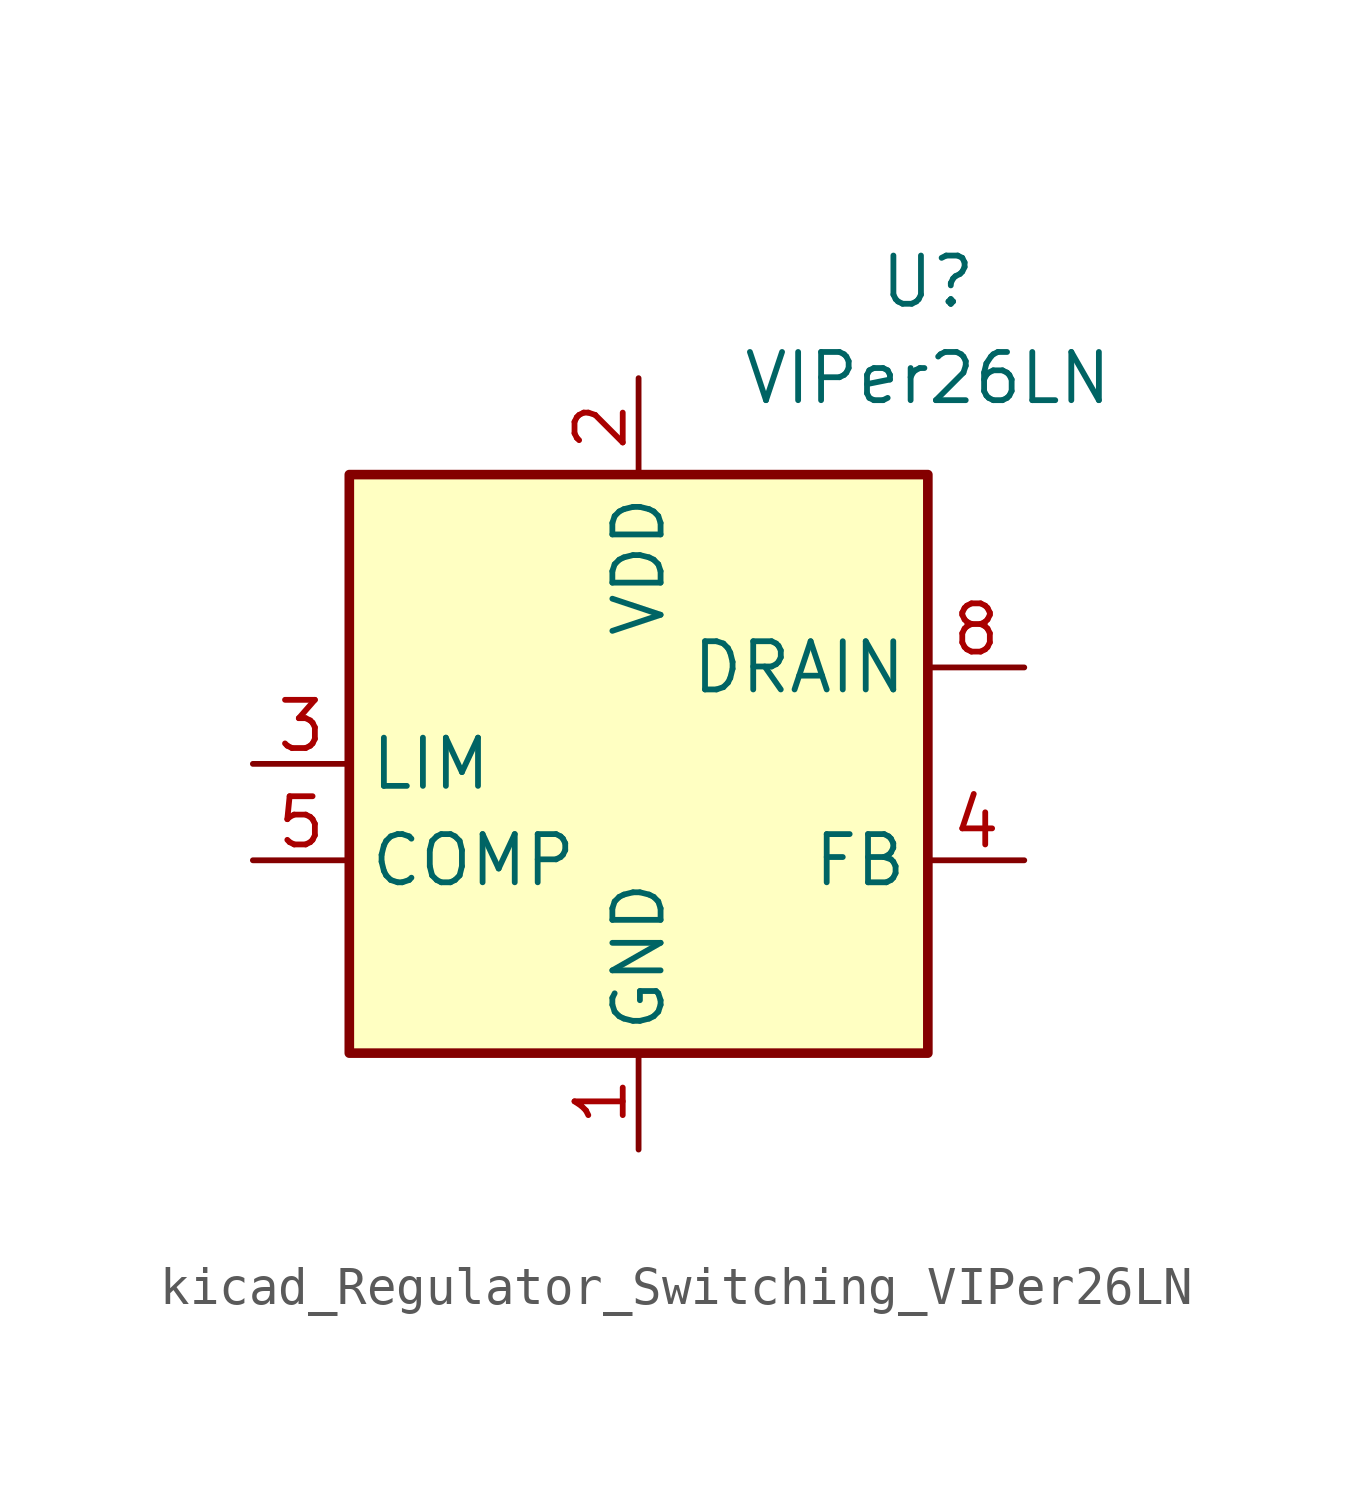
<source format=kicad_sym>
(kicad_symbol_lib
  (version 20220914)
  (generator kicad_symbol_editor)
  (symbol "kicad_Regulator_Switching_VIPer26LN"
    (property "Reference" "U"
      (at 7.62 12.7 0)
      (effects (font (size 1.27 1.27))))
    (property "Value" "VIPer26LN"
      (at 7.62 10.16 0)
      (effects (font (size 1.27 1.27))))
    (symbol "kicad_Regulator_Switching_VIPer26LN_1_1"
      (rectangle (start -7.62 7.62) (end 7.62 -7.62) (stroke (width 0.254) (type default)) (fill (type background)))
      (pin power_in line (at 0 -10.16 90) (length 2.54) (name "GND" (effects (font (size 1.27 1.27)))) (number "1" (effects (font (size 1.27 1.27)))))
      (pin power_in line (at 0 10.16 270) (length 2.54) (name "VDD" (effects (font (size 1.27 1.27)))) (number "2" (effects (font (size 1.27 1.27)))))
      (pin passive line (at -10.16 0 0) (length 2.54) (name "LIM" (effects (font (size 1.27 1.27)))) (number "3" (effects (font (size 1.27 1.27)))))
      (pin input line (at 10.16 -2.54 180) (length 2.54) (name "FB" (effects (font (size 1.27 1.27)))) (number "4" (effects (font (size 1.27 1.27)))))
      (pin passive line (at -10.16 -2.54 0) (length 2.54) (name "COMP" (effects (font (size 1.27 1.27)))) (number "5" (effects (font (size 1.27 1.27)))))
      (pin passive line (at 10.16 2.54 180) (length 2.54) hide (name "DRAIN" (effects (font (size 1.27 1.27)))) (number "7" (effects (font (size 1.27 1.27)))))
      (pin passive line (at 10.16 2.54 180) (length 2.54) (name "DRAIN" (effects (font (size 1.27 1.27)))) (number "8" (effects (font (size 1.27 1.27))))))))
</source>
